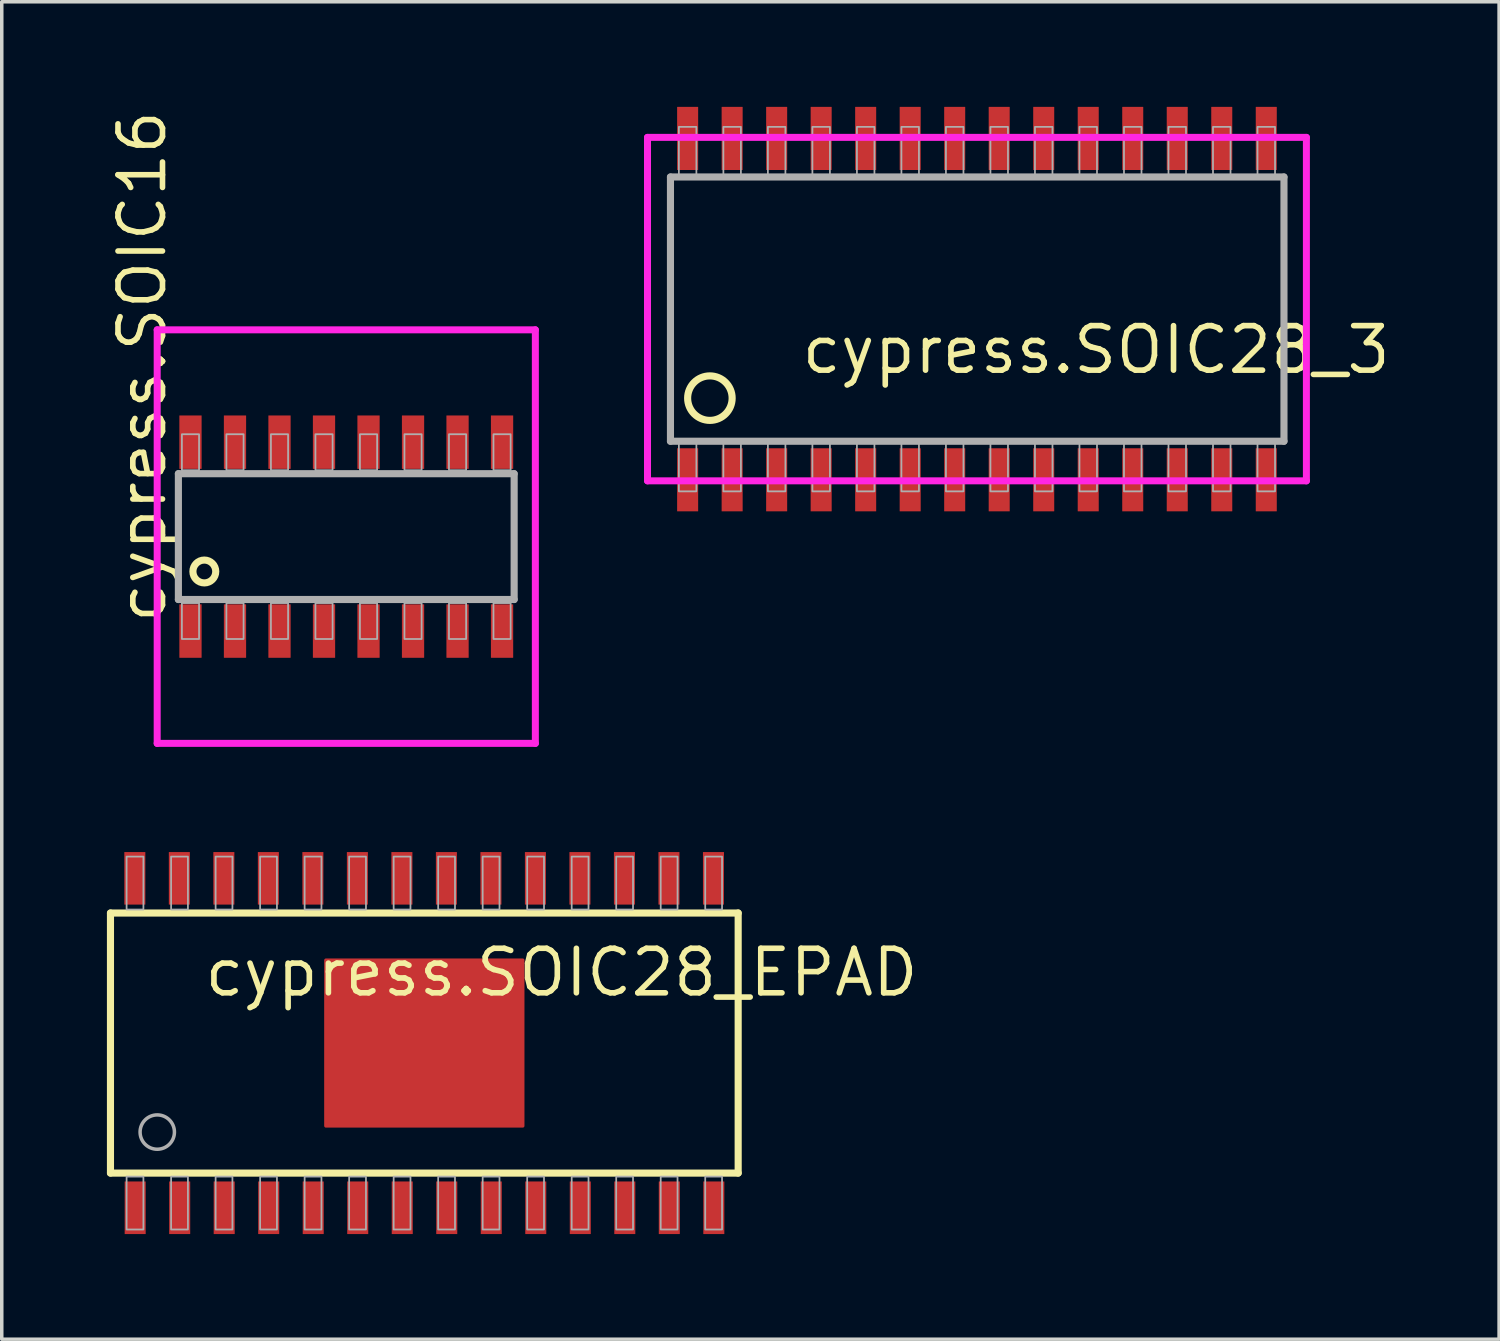
<source format=kicad_pcb>
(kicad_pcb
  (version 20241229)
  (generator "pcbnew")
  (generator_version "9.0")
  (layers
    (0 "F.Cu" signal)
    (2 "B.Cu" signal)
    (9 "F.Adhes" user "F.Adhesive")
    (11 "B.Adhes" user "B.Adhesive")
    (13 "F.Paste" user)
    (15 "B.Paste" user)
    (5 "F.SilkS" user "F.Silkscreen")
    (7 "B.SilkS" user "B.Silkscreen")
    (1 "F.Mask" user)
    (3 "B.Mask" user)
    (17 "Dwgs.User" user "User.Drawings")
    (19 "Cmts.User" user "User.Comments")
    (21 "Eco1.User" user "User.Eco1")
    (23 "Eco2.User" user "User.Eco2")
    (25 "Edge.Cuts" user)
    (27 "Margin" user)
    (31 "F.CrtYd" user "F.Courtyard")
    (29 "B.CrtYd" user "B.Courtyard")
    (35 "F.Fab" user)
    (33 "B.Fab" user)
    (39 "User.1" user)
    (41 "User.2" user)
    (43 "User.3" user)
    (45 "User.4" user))
  (footprint "cypress.SOIC28_3"
    (layer "F.Cu")
    (at 24.825 5.77)
    (property "Reference" "cypress.SOIC28_3" (at -5.08 1.905 0) (layer "F.SilkS") (effects (font (size 1.27 1.27) (thickness 0.16)) (justify left bottom)))
    (attr smd)
    (fp_circle (center -7.62 2.54) (end -6.985 2.54) (stroke (width 0.203) (type default)) (fill no) (layer "F.SilkS"))
    (fp_line (start -9.4 -4.9) (end 9.4 -4.9) (stroke (width 0.2) (type default)) (layer "F.CrtYd"))
    (fp_line (start -9.4 4.9) (end -9.4 -4.9) (stroke (width 0.2) (type default)) (layer "F.CrtYd"))
    (fp_line (start 9.4 -4.9) (end 9.4 4.9) (stroke (width 0.2) (type default)) (layer "F.CrtYd"))
    (fp_line (start 9.4 4.9) (end -9.4 4.9) (stroke (width 0.2) (type default)) (layer "F.CrtYd"))
    (fp_line (start -8.745 -3.77) (end 8.76 -3.77) (stroke (width 0.203) (type default)) (layer "F.Fab"))
    (fp_line (start -8.745 3.77) (end -8.745 -3.77) (stroke (width 0.203) (type default)) (layer "F.Fab"))
    (fp_line (start 8.76 -3.77) (end 8.76 3.77) (stroke (width 0.203) (type default)) (layer "F.Fab"))
    (fp_line (start 8.76 3.77) (end -8.745 3.77) (stroke (width 0.203) (type default)) (layer "F.Fab"))
    (fp_rect (start -8.505 -3.78) (end -8.005 -5.2) (stroke (width 0.05) (type default)) (fill no) (layer "F.Fab"))
    (fp_rect (start -8.505 5.2) (end -8.005 3.78) (stroke (width 0.05) (type default)) (fill no) (layer "F.Fab"))
    (fp_rect (start -7.235 -3.78) (end -6.735 -5.2) (stroke (width 0.05) (type default)) (fill no) (layer "F.Fab"))
    (fp_rect (start -7.235 5.2) (end -6.735 3.78) (stroke (width 0.05) (type default)) (fill no) (layer "F.Fab"))
    (fp_rect (start -5.965 -3.78) (end -5.465 -5.2) (stroke (width 0.05) (type default)) (fill no) (layer "F.Fab"))
    (fp_rect (start -5.965 5.2) (end -5.465 3.78) (stroke (width 0.05) (type default)) (fill no) (layer "F.Fab"))
    (fp_rect (start -4.695 -3.78) (end -4.195 -5.2) (stroke (width 0.05) (type default)) (fill no) (layer "F.Fab"))
    (fp_rect (start -4.695 5.2) (end -4.195 3.78) (stroke (width 0.05) (type default)) (fill no) (layer "F.Fab"))
    (fp_rect (start -3.425 -3.78) (end -2.925 -5.2) (stroke (width 0.05) (type default)) (fill no) (layer "F.Fab"))
    (fp_rect (start -3.425 5.2) (end -2.925 3.78) (stroke (width 0.05) (type default)) (fill no) (layer "F.Fab"))
    (fp_rect (start -2.155 -3.78) (end -1.655 -5.2) (stroke (width 0.05) (type default)) (fill no) (layer "F.Fab"))
    (fp_rect (start -2.155 5.2) (end -1.655 3.78) (stroke (width 0.05) (type default)) (fill no) (layer "F.Fab"))
    (fp_rect (start -0.885 -3.78) (end -0.385 -5.2) (stroke (width 0.05) (type default)) (fill no) (layer "F.Fab"))
    (fp_rect (start -0.885 5.2) (end -0.385 3.78) (stroke (width 0.05) (type default)) (fill no) (layer "F.Fab"))
    (fp_rect (start 0.385 -3.78) (end 0.885 -5.2) (stroke (width 0.05) (type default)) (fill no) (layer "F.Fab"))
    (fp_rect (start 0.385 5.2) (end 0.885 3.78) (stroke (width 0.05) (type default)) (fill no) (layer "F.Fab"))
    (fp_rect (start 1.655 -3.78) (end 2.155 -5.2) (stroke (width 0.05) (type default)) (fill no) (layer "F.Fab"))
    (fp_rect (start 1.655 5.2) (end 2.155 3.78) (stroke (width 0.05) (type default)) (fill no) (layer "F.Fab"))
    (fp_rect (start 2.925 -3.78) (end 3.425 -5.2) (stroke (width 0.05) (type default)) (fill no) (layer "F.Fab"))
    (fp_rect (start 2.925 5.2) (end 3.425 3.78) (stroke (width 0.05) (type default)) (fill no) (layer "F.Fab"))
    (fp_rect (start 4.195 -3.78) (end 4.695 -5.2) (stroke (width 0.05) (type default)) (fill no) (layer "F.Fab"))
    (fp_rect (start 4.195 5.2) (end 4.695 3.78) (stroke (width 0.05) (type default)) (fill no) (layer "F.Fab"))
    (fp_rect (start 5.465 -3.78) (end 5.965 -5.2) (stroke (width 0.05) (type default)) (fill no) (layer "F.Fab"))
    (fp_rect (start 5.465 5.2) (end 5.965 3.78) (stroke (width 0.05) (type default)) (fill no) (layer "F.Fab"))
    (fp_rect (start 6.735 -3.78) (end 7.235 -5.2) (stroke (width 0.05) (type default)) (fill no) (layer "F.Fab"))
    (fp_rect (start 6.735 5.2) (end 7.235 3.78) (stroke (width 0.05) (type default)) (fill no) (layer "F.Fab"))
    (fp_rect (start 8.005 -3.78) (end 8.505 -5.2) (stroke (width 0.05) (type default)) (fill no) (layer "F.Fab"))
    (fp_rect (start 8.005 5.2) (end 8.505 3.78) (stroke (width 0.05) (type default)) (fill no) (layer "F.Fab"))
    (pad "1" smd roundrect (at -8.255 4.87) (size 0.6 1.8) (layers "F.Cu" "F.Mask" "F.Paste") (roundrect_rratio 0.01))
    (pad "2" smd roundrect (at -6.985 4.87) (size 0.6 1.8) (layers "F.Cu" "F.Mask" "F.Paste") (roundrect_rratio 0.01))
    (pad "3" smd roundrect (at -5.715 4.87) (size 0.6 1.8) (layers "F.Cu" "F.Mask" "F.Paste") (roundrect_rratio 0.01))
    (pad "4" smd roundrect (at -4.445 4.87) (size 0.6 1.8) (layers "F.Cu" "F.Mask" "F.Paste") (roundrect_rratio 0.01))
    (pad "5" smd roundrect (at -3.175 4.87) (size 0.6 1.8) (layers "F.Cu" "F.Mask" "F.Paste") (roundrect_rratio 0.01))
    (pad "6" smd roundrect (at -1.905 4.87) (size 0.6 1.8) (layers "F.Cu" "F.Mask" "F.Paste") (roundrect_rratio 0.01))
    (pad "7" smd roundrect (at -0.635 4.87) (size 0.6 1.8) (layers "F.Cu" "F.Mask" "F.Paste") (roundrect_rratio 0.01))
    (pad "8" smd roundrect (at 0.635 4.87) (size 0.6 1.8) (layers "F.Cu" "F.Mask" "F.Paste") (roundrect_rratio 0.01))
    (pad "9" smd roundrect (at 1.905 4.87) (size 0.6 1.8) (layers "F.Cu" "F.Mask" "F.Paste") (roundrect_rratio 0.01))
    (pad "10" smd roundrect (at 3.175 4.87) (size 0.6 1.8) (layers "F.Cu" "F.Mask" "F.Paste") (roundrect_rratio 0.01))
    (pad "11" smd roundrect (at 4.445 4.87) (size 0.6 1.8) (layers "F.Cu" "F.Mask" "F.Paste") (roundrect_rratio 0.01))
    (pad "12" smd roundrect (at 5.715 4.87) (size 0.6 1.8) (layers "F.Cu" "F.Mask" "F.Paste") (roundrect_rratio 0.01))
    (pad "13" smd roundrect (at 6.985 4.87) (size 0.6 1.8) (layers "F.Cu" "F.Mask" "F.Paste") (roundrect_rratio 0.01))
    (pad "14" smd roundrect (at 8.255 4.87) (size 0.6 1.8) (layers "F.Cu" "F.Mask" "F.Paste") (roundrect_rratio 0.01))
    (pad "15" smd roundrect (at 8.255 -4.87) (size 0.6 1.8) (layers "F.Cu" "F.Mask" "F.Paste") (roundrect_rratio 0.01))
    (pad "16" smd roundrect (at 6.985 -4.87) (size 0.6 1.8) (layers "F.Cu" "F.Mask" "F.Paste") (roundrect_rratio 0.01))
    (pad "17" smd roundrect (at 5.715 -4.87) (size 0.6 1.8) (layers "F.Cu" "F.Mask" "F.Paste") (roundrect_rratio 0.01))
    (pad "18" smd roundrect (at 4.445 -4.87) (size 0.6 1.8) (layers "F.Cu" "F.Mask" "F.Paste") (roundrect_rratio 0.01))
    (pad "19" smd roundrect (at 3.175 -4.87) (size 0.6 1.8) (layers "F.Cu" "F.Mask" "F.Paste") (roundrect_rratio 0.01))
    (pad "20" smd roundrect (at 1.905 -4.87) (size 0.6 1.8) (layers "F.Cu" "F.Mask" "F.Paste") (roundrect_rratio 0.01))
    (pad "21" smd roundrect (at 0.635 -4.87) (size 0.6 1.8) (layers "F.Cu" "F.Mask" "F.Paste") (roundrect_rratio 0.01))
    (pad "22" smd roundrect (at -0.635 -4.87) (size 0.6 1.8) (layers "F.Cu" "F.Mask" "F.Paste") (roundrect_rratio 0.01))
    (pad "23" smd roundrect (at -1.905 -4.87) (size 0.6 1.8) (layers "F.Cu" "F.Mask" "F.Paste") (roundrect_rratio 0.01))
    (pad "24" smd roundrect (at -3.175 -4.87) (size 0.6 1.8) (layers "F.Cu" "F.Mask" "F.Paste") (roundrect_rratio 0.01))
    (pad "25" smd roundrect (at -4.445 -4.87) (size 0.6 1.8) (layers "F.Cu" "F.Mask" "F.Paste") (roundrect_rratio 0.01))
    (pad "26" smd roundrect (at -5.715 -4.87) (size 0.6 1.8) (layers "F.Cu" "F.Mask" "F.Paste") (roundrect_rratio 0.01))
    (pad "27" smd roundrect (at -6.985 -4.87) (size 0.6 1.8) (layers "F.Cu" "F.Mask" "F.Paste") (roundrect_rratio 0.01))
    (pad "28" smd roundrect (at -8.255 -4.87) (size 0.6 1.8) (layers "F.Cu" "F.Mask" "F.Paste") (roundrect_rratio 0.01)))
  (footprint "cypress.SOIC16"
    (layer "F.Cu")
    (at 6.83 12.261)
    (property "Reference" "cypress.SOIC16" (at -5.08 2.54 90) (layer "F.SilkS") (effects (font (size 1.27 1.27) (thickness 0.16)) (justify left bottom)))
    (attr smd)
    (fp_circle (center -4.05 0.995) (end -3.724 0.995) (stroke (width 0.203) (type default)) (fill no) (layer "F.SilkS"))
    (fp_line (start -5.395 -5.9) (end 5.395 -5.9) (stroke (width 0.2) (type default)) (layer "F.CrtYd"))
    (fp_line (start -5.395 5.9) (end -5.395 -5.9) (stroke (width 0.2) (type default)) (layer "F.CrtYd"))
    (fp_line (start 5.395 -5.9) (end 5.395 5.9) (stroke (width 0.2) (type default)) (layer "F.CrtYd"))
    (fp_line (start 5.395 5.9) (end -5.395 5.9) (stroke (width 0.2) (type default)) (layer "F.CrtYd"))
    (fp_line (start -4.79 -1.795) (end 4.79 -1.795) (stroke (width 0.203) (type default)) (layer "F.Fab"))
    (fp_line (start -4.79 1.795) (end -4.79 -1.795) (stroke (width 0.203) (type default)) (layer "F.Fab"))
    (fp_line (start 4.79 -1.795) (end 4.79 1.795) (stroke (width 0.203) (type default)) (layer "F.Fab"))
    (fp_line (start 4.79 1.795) (end -4.79 1.795) (stroke (width 0.203) (type default)) (layer "F.Fab"))
    (fp_rect (start -4.69 -1.895) (end -4.2 -2.921) (stroke (width 0.05) (type default)) (fill no) (layer "F.Fab"))
    (fp_rect (start -4.69 2.921) (end -4.2 1.895) (stroke (width 0.05) (type default)) (fill no) (layer "F.Fab"))
    (fp_rect (start -3.42 -1.895) (end -2.93 -2.921) (stroke (width 0.05) (type default)) (fill no) (layer "F.Fab"))
    (fp_rect (start -3.42 2.921) (end -2.93 1.895) (stroke (width 0.05) (type default)) (fill no) (layer "F.Fab"))
    (fp_rect (start -2.15 -1.895) (end -1.66 -2.921) (stroke (width 0.05) (type default)) (fill no) (layer "F.Fab"))
    (fp_rect (start -2.15 2.921) (end -1.66 1.895) (stroke (width 0.05) (type default)) (fill no) (layer "F.Fab"))
    (fp_rect (start -0.88 -1.895) (end -0.39 -2.921) (stroke (width 0.05) (type default)) (fill no) (layer "F.Fab"))
    (fp_rect (start -0.88 2.921) (end -0.39 1.895) (stroke (width 0.05) (type default)) (fill no) (layer "F.Fab"))
    (fp_rect (start 0.39 -1.895) (end 0.88 -2.921) (stroke (width 0.05) (type default)) (fill no) (layer "F.Fab"))
    (fp_rect (start 0.39 2.921) (end 0.88 1.895) (stroke (width 0.05) (type default)) (fill no) (layer "F.Fab"))
    (fp_rect (start 1.66 -1.895) (end 2.15 -2.921) (stroke (width 0.05) (type default)) (fill no) (layer "F.Fab"))
    (fp_rect (start 1.66 2.921) (end 2.15 1.895) (stroke (width 0.05) (type default)) (fill no) (layer "F.Fab"))
    (fp_rect (start 2.93 -1.895) (end 3.42 -2.921) (stroke (width 0.05) (type default)) (fill no) (layer "F.Fab"))
    (fp_rect (start 2.93 2.921) (end 3.42 1.895) (stroke (width 0.05) (type default)) (fill no) (layer "F.Fab"))
    (fp_rect (start 4.2 -1.895) (end 4.69 -2.921) (stroke (width 0.05) (type default)) (fill no) (layer "F.Fab"))
    (fp_rect (start 4.2 2.921) (end 4.69 1.895) (stroke (width 0.05) (type default)) (fill no) (layer "F.Fab"))
    (pad "1" smd roundrect (at -4.445 2.695) (size 0.635 1.524) (layers "F.Cu" "F.Mask" "F.Paste") (roundrect_rratio 0.01))
    (pad "2" smd roundrect (at -3.175 2.695) (size 0.635 1.524) (layers "F.Cu" "F.Mask" "F.Paste") (roundrect_rratio 0.01))
    (pad "3" smd roundrect (at -1.905 2.695) (size 0.635 1.524) (layers "F.Cu" "F.Mask" "F.Paste") (roundrect_rratio 0.01))
    (pad "4" smd roundrect (at -0.635 2.695) (size 0.635 1.524) (layers "F.Cu" "F.Mask" "F.Paste") (roundrect_rratio 0.01))
    (pad "5" smd roundrect (at 0.635 2.695) (size 0.635 1.524) (layers "F.Cu" "F.Mask" "F.Paste") (roundrect_rratio 0.01))
    (pad "6" smd roundrect (at 1.905 2.695) (size 0.635 1.524) (layers "F.Cu" "F.Mask" "F.Paste") (roundrect_rratio 0.01))
    (pad "7" smd roundrect (at 3.175 2.695) (size 0.635 1.524) (layers "F.Cu" "F.Mask" "F.Paste") (roundrect_rratio 0.01))
    (pad "8" smd roundrect (at 4.445 2.695) (size 0.635 1.524) (layers "F.Cu" "F.Mask" "F.Paste") (roundrect_rratio 0.01))
    (pad "9" smd roundrect (at 4.445 -2.695) (size 0.635 1.524) (layers "F.Cu" "F.Mask" "F.Paste") (roundrect_rratio 0.01))
    (pad "10" smd roundrect (at 3.175 -2.695) (size 0.635 1.524) (layers "F.Cu" "F.Mask" "F.Paste") (roundrect_rratio 0.01))
    (pad "11" smd roundrect (at 1.905 -2.695) (size 0.635 1.524) (layers "F.Cu" "F.Mask" "F.Paste") (roundrect_rratio 0.01))
    (pad "12" smd roundrect (at 0.635 -2.695) (size 0.635 1.524) (layers "F.Cu" "F.Mask" "F.Paste") (roundrect_rratio 0.01))
    (pad "13" smd roundrect (at -0.635 -2.695) (size 0.635 1.524) (layers "F.Cu" "F.Mask" "F.Paste") (roundrect_rratio 0.01))
    (pad "14" smd roundrect (at -1.905 -2.695) (size 0.635 1.524) (layers "F.Cu" "F.Mask" "F.Paste") (roundrect_rratio 0.01))
    (pad "15" smd roundrect (at -3.175 -2.695) (size 0.635 1.524) (layers "F.Cu" "F.Mask" "F.Paste") (roundrect_rratio 0.01))
    (pad "16" smd roundrect (at -4.445 -2.695) (size 0.635 1.524) (layers "F.Cu" "F.Mask" "F.Paste") (roundrect_rratio 0.01)))
  (footprint "cypress.SOIC28_EPAD"
    (layer "F.Cu")
    (at 9.057 26.711)
    (property "Reference" "cypress.SOIC28_EPAD" (at -6.35 -1.27 0) (layer "F.SilkS") (effects (font (size 1.27 1.27) (thickness 0.16)) (justify left bottom)))
    (attr smd)
    (fp_rect (start -2.855 2.41) (end 2.855 -2.41) (stroke (width 0.05) (type default)) (fill yes) (layer "F.Mask"))
    (fp_line (start -8.955 -3.71) (end 8.955 -3.71) (stroke (width 0.203) (type default)) (layer "F.SilkS"))
    (fp_line (start -8.955 3.71) (end -8.955 -3.71) (stroke (width 0.203) (type default)) (layer "F.SilkS"))
    (fp_line (start 8.955 -3.71) (end 8.955 3.71) (stroke (width 0.203) (type default)) (layer "F.SilkS"))
    (fp_line (start 8.955 3.71) (end -8.955 3.71) (stroke (width 0.203) (type default)) (layer "F.SilkS"))
    (fp_rect (start -2.79 2.285) (end 2.79 -2.285) (stroke (width 0.05) (type default)) (fill yes) (layer "F.Paste"))
    (fp_rect (start -8.495 -3.81) (end -8.015 -5.32) (stroke (width 0.05) (type default)) (fill no) (layer "F.Fab"))
    (fp_rect (start -8.495 5.32) (end -8.015 3.81) (stroke (width 0.05) (type default)) (fill no) (layer "F.Fab"))
    (fp_rect (start -7.225 -3.81) (end -6.745 -5.32) (stroke (width 0.05) (type default)) (fill no) (layer "F.Fab"))
    (fp_rect (start -7.225 5.32) (end -6.745 3.81) (stroke (width 0.05) (type default)) (fill no) (layer "F.Fab"))
    (fp_rect (start -5.955 -3.81) (end -5.475 -5.32) (stroke (width 0.05) (type default)) (fill no) (layer "F.Fab"))
    (fp_rect (start -5.955 5.32) (end -5.475 3.81) (stroke (width 0.05) (type default)) (fill no) (layer "F.Fab"))
    (fp_rect (start -4.685 -3.81) (end -4.205 -5.32) (stroke (width 0.05) (type default)) (fill no) (layer "F.Fab"))
    (fp_rect (start -4.685 5.32) (end -4.205 3.81) (stroke (width 0.05) (type default)) (fill no) (layer "F.Fab"))
    (fp_rect (start -3.415 -3.81) (end -2.935 -5.32) (stroke (width 0.05) (type default)) (fill no) (layer "F.Fab"))
    (fp_rect (start -3.415 5.32) (end -2.935 3.81) (stroke (width 0.05) (type default)) (fill no) (layer "F.Fab"))
    (fp_rect (start -2.145 -3.81) (end -1.665 -5.32) (stroke (width 0.05) (type default)) (fill no) (layer "F.Fab"))
    (fp_rect (start -2.145 5.32) (end -1.665 3.81) (stroke (width 0.05) (type default)) (fill no) (layer "F.Fab"))
    (fp_rect (start -0.875 -3.81) (end -0.395 -5.32) (stroke (width 0.05) (type default)) (fill no) (layer "F.Fab"))
    (fp_rect (start -0.875 5.32) (end -0.395 3.81) (stroke (width 0.05) (type default)) (fill no) (layer "F.Fab"))
    (fp_rect (start 0.395 -3.81) (end 0.875 -5.32) (stroke (width 0.05) (type default)) (fill no) (layer "F.Fab"))
    (fp_rect (start 0.395 5.32) (end 0.875 3.81) (stroke (width 0.05) (type default)) (fill no) (layer "F.Fab"))
    (fp_rect (start 1.665 -3.81) (end 2.145 -5.32) (stroke (width 0.05) (type default)) (fill no) (layer "F.Fab"))
    (fp_rect (start 1.665 5.32) (end 2.145 3.81) (stroke (width 0.05) (type default)) (fill no) (layer "F.Fab"))
    (fp_rect (start 2.935 -3.81) (end 3.415 -5.32) (stroke (width 0.05) (type default)) (fill no) (layer "F.Fab"))
    (fp_rect (start 2.935 5.32) (end 3.415 3.81) (stroke (width 0.05) (type default)) (fill no) (layer "F.Fab"))
    (fp_rect (start 4.205 -3.81) (end 4.685 -5.32) (stroke (width 0.05) (type default)) (fill no) (layer "F.Fab"))
    (fp_rect (start 4.205 5.32) (end 4.685 3.81) (stroke (width 0.05) (type default)) (fill no) (layer "F.Fab"))
    (fp_rect (start 5.475 -3.81) (end 5.955 -5.32) (stroke (width 0.05) (type default)) (fill no) (layer "F.Fab"))
    (fp_rect (start 5.475 5.32) (end 5.955 3.81) (stroke (width 0.05) (type default)) (fill no) (layer "F.Fab"))
    (fp_rect (start 6.745 -3.81) (end 7.225 -5.32) (stroke (width 0.05) (type default)) (fill no) (layer "F.Fab"))
    (fp_rect (start 6.745 5.32) (end 7.225 3.81) (stroke (width 0.05) (type default)) (fill no) (layer "F.Fab"))
    (fp_rect (start 8.015 -3.81) (end 8.495 -5.32) (stroke (width 0.05) (type default)) (fill no) (layer "F.Fab"))
    (fp_rect (start 8.015 5.32) (end 8.495 3.81) (stroke (width 0.05) (type default)) (fill no) (layer "F.Fab"))
    (fp_circle (center -7.62 2.54) (end -7.13 2.54) (stroke (width 0.1) (type default)) (fill no) (layer "F.Fab"))
    (pad "1" smd roundrect (at -8.25 4.7) (size 0.6 1.5) (layers "F.Cu" "F.Mask" "F.Paste") (roundrect_rratio 0.01))
    (pad "2" smd roundrect (at -6.98 4.7) (size 0.6 1.5) (layers "F.Cu" "F.Mask" "F.Paste") (roundrect_rratio 0.01))
    (pad "3" smd roundrect (at -5.71 4.7) (size 0.6 1.5) (layers "F.Cu" "F.Mask" "F.Paste") (roundrect_rratio 0.01))
    (pad "4" smd roundrect (at -4.44 4.7) (size 0.6 1.5) (layers "F.Cu" "F.Mask" "F.Paste") (roundrect_rratio 0.01))
    (pad "5" smd roundrect (at -3.17 4.7) (size 0.6 1.5) (layers "F.Cu" "F.Mask" "F.Paste") (roundrect_rratio 0.01))
    (pad "6" smd roundrect (at -1.9 4.7) (size 0.6 1.5) (layers "F.Cu" "F.Mask" "F.Paste") (roundrect_rratio 0.01))
    (pad "7" smd roundrect (at -0.63 4.7) (size 0.6 1.5) (layers "F.Cu" "F.Mask" "F.Paste") (roundrect_rratio 0.01))
    (pad "8" smd roundrect (at 0.64 4.7) (size 0.6 1.5) (layers "F.Cu" "F.Mask" "F.Paste") (roundrect_rratio 0.01))
    (pad "9" smd roundrect (at 1.91 4.7) (size 0.6 1.5) (layers "F.Cu" "F.Mask" "F.Paste") (roundrect_rratio 0.01))
    (pad "10" smd roundrect (at 3.18 4.7) (size 0.6 1.5) (layers "F.Cu" "F.Mask" "F.Paste") (roundrect_rratio 0.01))
    (pad "11" smd roundrect (at 4.45 4.7) (size 0.6 1.5) (layers "F.Cu" "F.Mask" "F.Paste") (roundrect_rratio 0.01))
    (pad "12" smd roundrect (at 5.72 4.7) (size 0.6 1.5) (layers "F.Cu" "F.Mask" "F.Paste") (roundrect_rratio 0.01))
    (pad "13" smd roundrect (at 6.99 4.7) (size 0.6 1.5) (layers "F.Cu" "F.Mask" "F.Paste") (roundrect_rratio 0.01))
    (pad "14" smd roundrect (at 8.26 4.7) (size 0.6 1.5) (layers "F.Cu" "F.Mask" "F.Paste") (roundrect_rratio 0.01))
    (pad "15" smd roundrect (at 8.25 -4.7 180) (size 0.6 1.5) (layers "F.Cu" "F.Mask" "F.Paste") (roundrect_rratio 0.01))
    (pad "16" smd roundrect (at 6.98 -4.7 180) (size 0.6 1.5) (layers "F.Cu" "F.Mask" "F.Paste") (roundrect_rratio 0.01))
    (pad "17" smd roundrect (at 5.71 -4.7 180) (size 0.6 1.5) (layers "F.Cu" "F.Mask" "F.Paste") (roundrect_rratio 0.01))
    (pad "18" smd roundrect (at 4.44 -4.7 180) (size 0.6 1.5) (layers "F.Cu" "F.Mask" "F.Paste") (roundrect_rratio 0.01))
    (pad "19" smd roundrect (at 3.17 -4.7 180) (size 0.6 1.5) (layers "F.Cu" "F.Mask" "F.Paste") (roundrect_rratio 0.01))
    (pad "20" smd roundrect (at 1.9 -4.7 180) (size 0.6 1.5) (layers "F.Cu" "F.Mask" "F.Paste") (roundrect_rratio 0.01))
    (pad "21" smd roundrect (at 0.63 -4.7 180) (size 0.6 1.5) (layers "F.Cu" "F.Mask" "F.Paste") (roundrect_rratio 0.01))
    (pad "22" smd roundrect (at -0.64 -4.7 180) (size 0.6 1.5) (layers "F.Cu" "F.Mask" "F.Paste") (roundrect_rratio 0.01))
    (pad "23" smd roundrect (at -1.91 -4.7 180) (size 0.6 1.5) (layers "F.Cu" "F.Mask" "F.Paste") (roundrect_rratio 0.01))
    (pad "24" smd roundrect (at -3.18 -4.7 180) (size 0.6 1.5) (layers "F.Cu" "F.Mask" "F.Paste") (roundrect_rratio 0.01))
    (pad "25" smd roundrect (at -4.45 -4.7 180) (size 0.6 1.5) (layers "F.Cu" "F.Mask" "F.Paste") (roundrect_rratio 0.01))
    (pad "26" smd roundrect (at -5.72 -4.7 180) (size 0.6 1.5) (layers "F.Cu" "F.Mask" "F.Paste") (roundrect_rratio 0.01))
    (pad "27" smd roundrect (at -6.99 -4.7 180) (size 0.6 1.5) (layers "F.Cu" "F.Mask" "F.Paste") (roundrect_rratio 0.01))
    (pad "28" smd roundrect (at -8.26 -4.7 180) (size 0.6 1.5) (layers "F.Cu" "F.Mask" "F.Paste") (roundrect_rratio 0.01))
    (pad "EXP" smd roundrect (at 0 0) (size 5.715 4.826) (layers "F.Cu" "F.Mask" "F.Paste") (roundrect_rratio 0.01)))
  (gr_rect
    (start -3 -3)
    (end 39.723 35.161)
    (stroke (width 0.1) (type default))
    (fill no)
    (layer "Edge.Cuts")))
</source>
